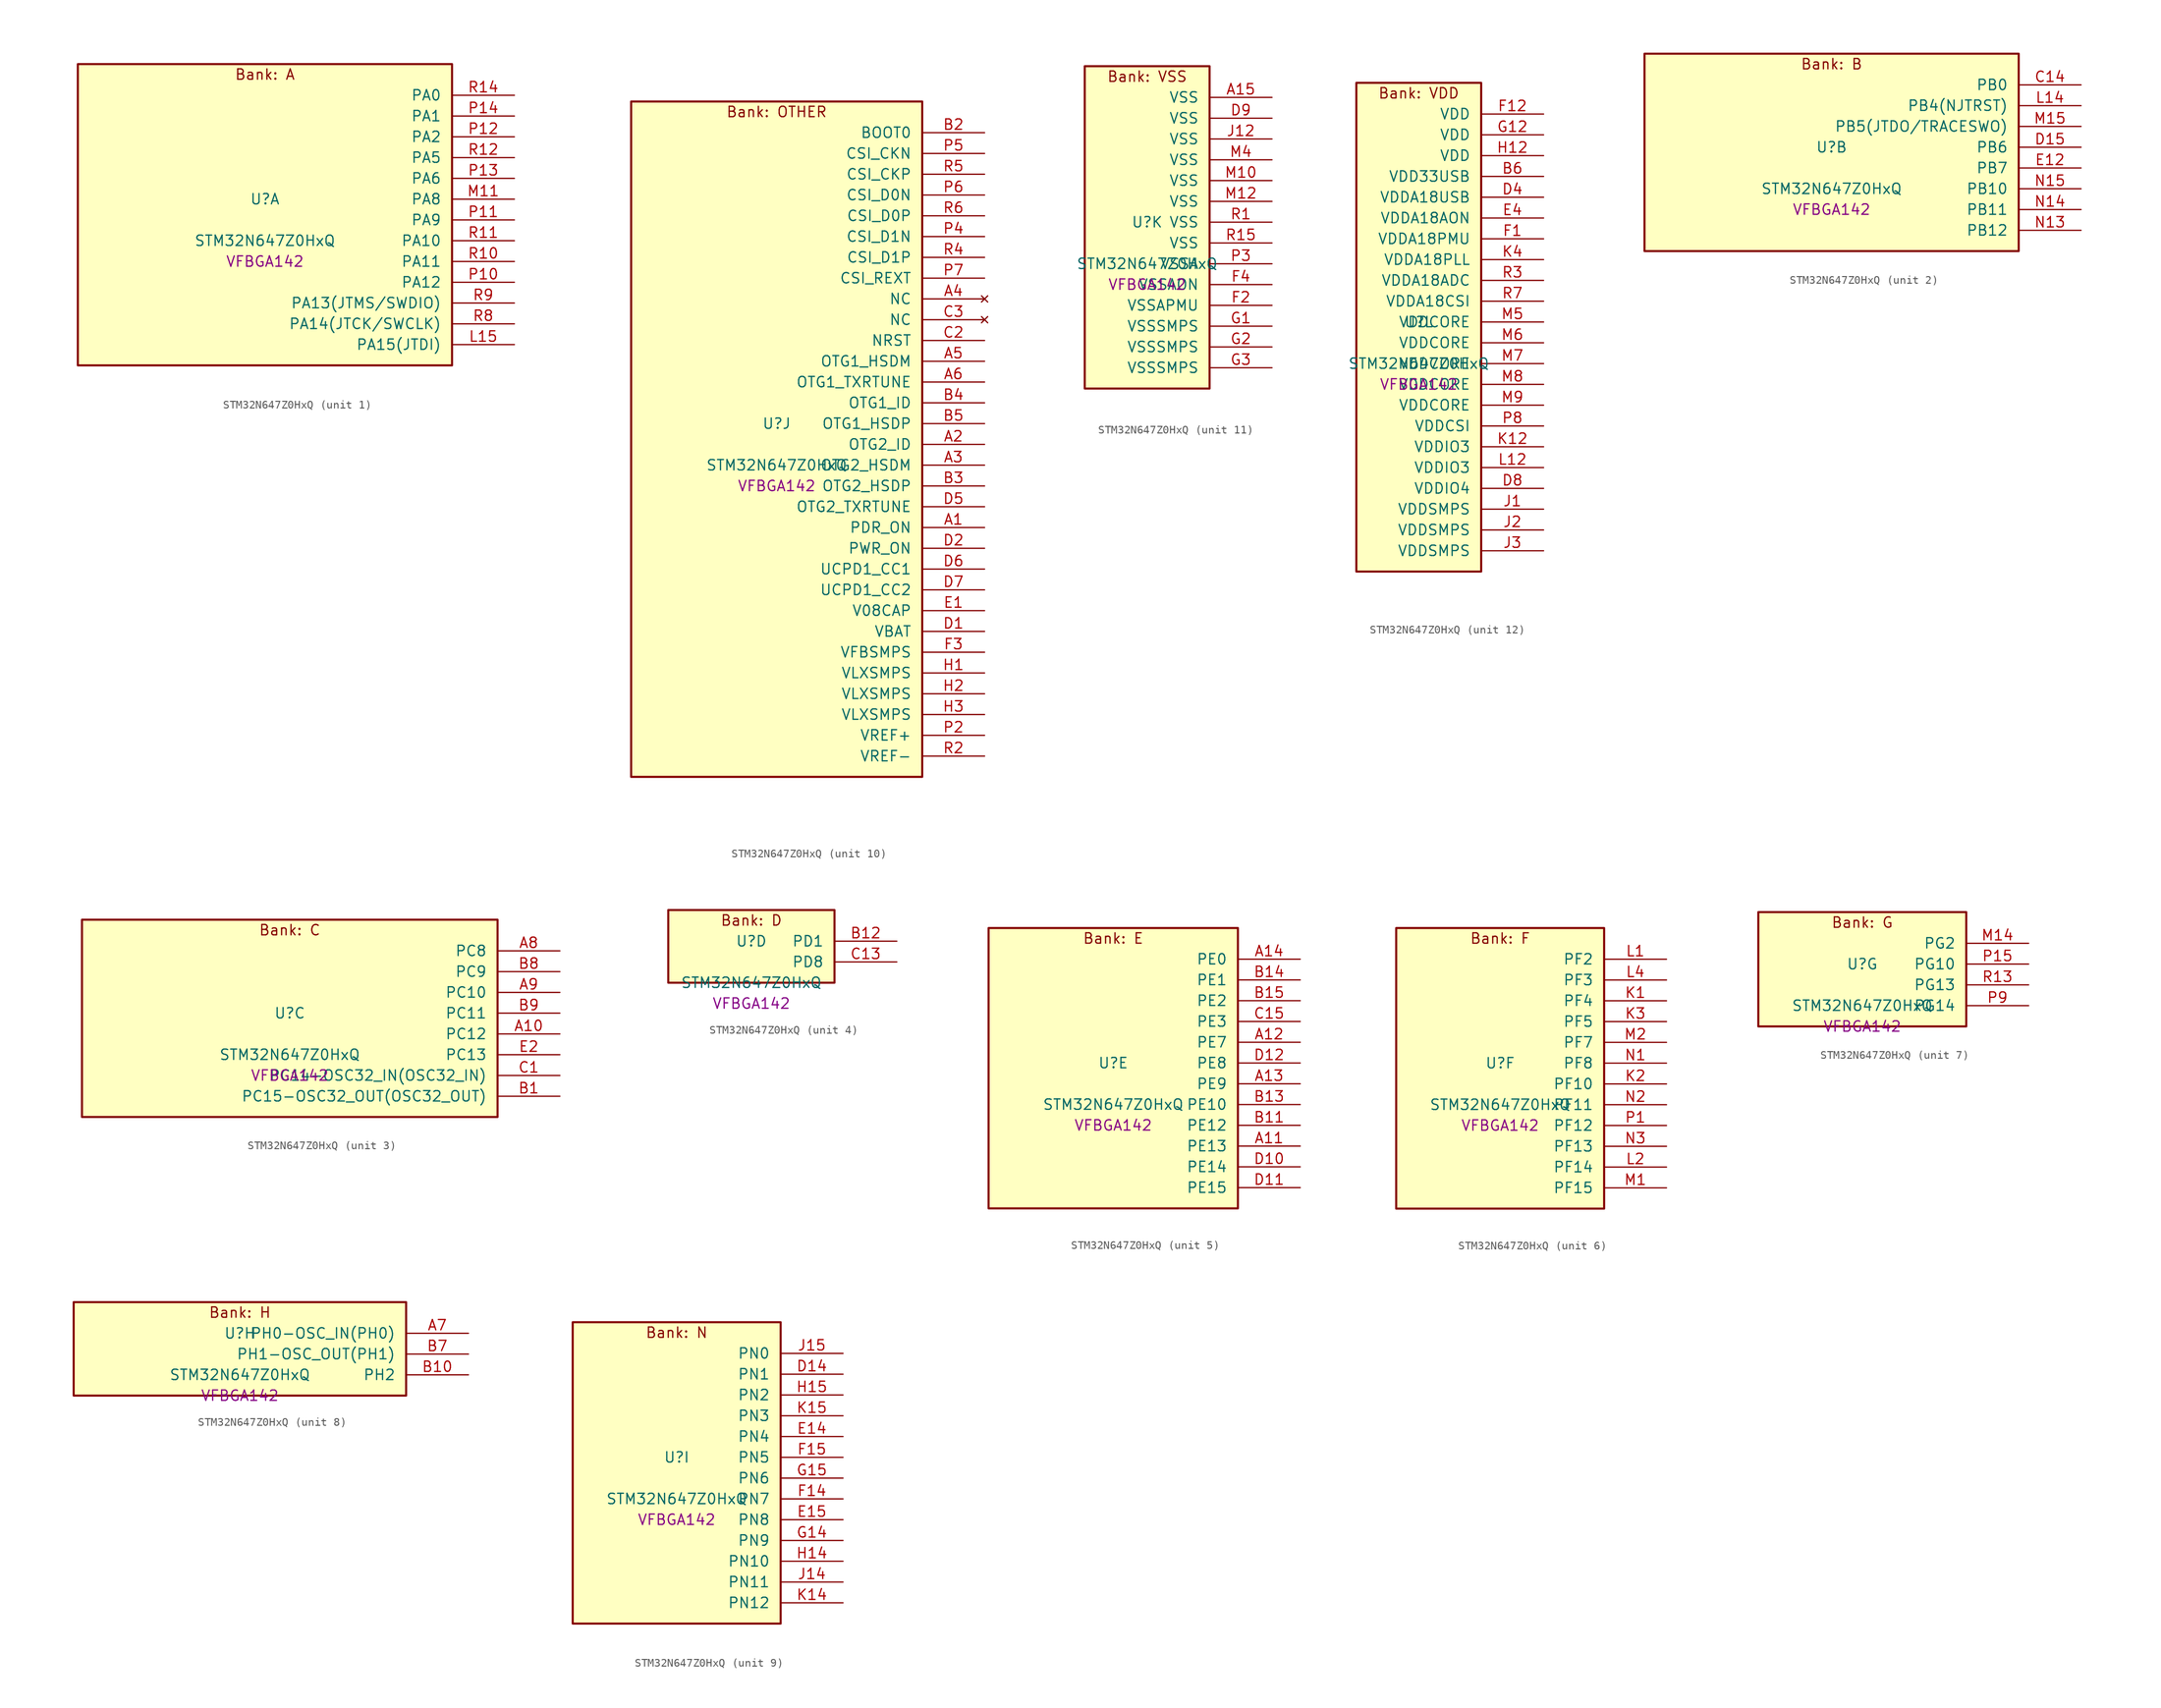
<source format=kicad_sym>
(kicad_symbol_lib
  (version 20241209)
  (generator "stm32_pkl_generator")
  (generator_version "1.0")
  (symbol "STM32N647Z0HxQ"
    (pin_names
      (offset 1.27))
    (property "Reference" "U"
      (at 0 2.54 0))
    (property "Value" "STM32N647Z0HxQ"
      (at 0 -2.54 0))
    (property "Footprint" "VFBGA142"
      (at 0 -5.08 0))
    (symbol "STM32N647Z0HxQ_1_1"
      (rectangle (start -22.86 19.05) (end 22.86 -17.78) (stroke (width 0.254) (type solid)) (fill (type background)))
      (text "Bank: A" (at 0 17.78 0))
      (pin bidirectional line (at 30.48 15.24 180) (length 7.62) (name "PA0") (number "R14") (alternate "PA0/ADC1_INN1" bidirectional line) (alternate "PA0/ADC1_INP0" bidirectional line) (alternate "PA0/ADC2_INN1" bidirectional line) (alternate "PA0/ADC2_INP0" bidirectional line) (alternate "PA0/HDP_HDP0" bidirectional line) (alternate "PA0/I2S6_WS" bidirectional line) (alternate "PA0/LTDC_G3" bidirectional line) (alternate "PA0/PWR_WKUP1" bidirectional line) (alternate "PA0/SAI2_SD_B" bidirectional line) (alternate "PA0/SPI6_NSS" bidirectional line) (alternate "PA0/TIM15_BKIN" bidirectional line) (alternate "PA0/TIM2_CH1" bidirectional line) (alternate "PA0/TIM9_CH1" bidirectional line) (alternate "PA0/UART4_TX" bidirectional line))
      (pin bidirectional line (at 30.48 12.7 180) (length 7.62) (name "PA1") (number "P14") (alternate "PA1/ADC1_INP1" bidirectional line) (alternate "PA1/ADC2_INP1" bidirectional line) (alternate "PA1/DCMIPP_D0" bidirectional line) (alternate "PA1/DCMI_D0" bidirectional line) (alternate "PA1/HDP_HDP1" bidirectional line) (alternate "PA1/LTDC_G2" bidirectional line) (alternate "PA1/PSSI_D0" bidirectional line) (alternate "PA1/SAI2_MCLK_B" bidirectional line) (alternate "PA1/TIM15_CH1N" bidirectional line) (alternate "PA1/TIM2_CH2" bidirectional line) (alternate "PA1/UART4_RX" bidirectional line))
      (pin bidirectional line (at 30.48 10.16 180) (length 7.62) (name "PA2") (number "P12") (alternate "PA2/ADC1_INP14" bidirectional line) (alternate "PA2/ADC2_INP14" bidirectional line) (alternate "PA2/HDP_HDP2" bidirectional line) (alternate "PA2/LTDC_B7" bidirectional line) (alternate "PA2/MDIOS_MDIO" bidirectional line) (alternate "PA2/PWR_WKUP2" bidirectional line) (alternate "PA2/SAI2_SCK_B" bidirectional line) (alternate "PA2/TIM15_CH1" bidirectional line) (alternate "PA2/TIM2_CH3" bidirectional line))
      (pin bidirectional line (at 30.48 7.62 180) (length 7.62) (name "PA5") (number "R12") (alternate "PA5/ADC2_INP18" bidirectional line) (alternate "PA5/DCMIPP_D8" bidirectional line) (alternate "PA5/DCMI_D8" bidirectional line) (alternate "PA5/HDP_HDP5" bidirectional line) (alternate "PA5/I2S1_CK" bidirectional line) (alternate "PA5/I2S6_CK" bidirectional line) (alternate "PA5/I3C1_SCL" bidirectional line) (alternate "PA5/LTDC_CLK" bidirectional line) (alternate "PA5/PSSI_D8" bidirectional line) (alternate "PA5/PWR_CSTOP" bidirectional line) (alternate "PA5/SPI1_SCK" bidirectional line) (alternate "PA5/SPI6_SCK" bidirectional line) (alternate "PA5/TIM10_CH1" bidirectional line) (alternate "PA5/TIM2_CH1" bidirectional line) (alternate "PA5/TIM2_ETR" bidirectional line) (alternate "PA5/TIM9_CH2" bidirectional line))
      (pin bidirectional line (at 30.48 5.08 180) (length 7.62) (name "PA6") (number "P13") (alternate "PA6/ADC1_INP3" bidirectional line) (alternate "PA6/ADC2_INP3" bidirectional line) (alternate "PA6/BOOT1" bidirectional line) (alternate "PA6/DCMIPP_PIXCLK" bidirectional line) (alternate "PA6/DCMI_PIXCLK" bidirectional line) (alternate "PA6/HDP_HDP6" bidirectional line) (alternate "PA6/I2S1_SDI" bidirectional line) (alternate "PA6/I2S6_SDI" bidirectional line) (alternate "PA6/I3C1_SDA" bidirectional line) (alternate "PA6/LTDC_B7" bidirectional line) (alternate "PA6/LTDC_HSYNC" bidirectional line) (alternate "PA6/MDIOS_MDC" bidirectional line) (alternate "PA6/PSSI_PDCK" bidirectional line) (alternate "PA6/SPI1_MISO" bidirectional line) (alternate "PA6/SPI6_MISO" bidirectional line) (alternate "PA6/TIM13_CH1" bidirectional line) (alternate "PA6/TIM3_CH1" bidirectional line))
      (pin bidirectional line (at 30.48 2.54 180) (length 7.62) (name "PA8") (number "M11") (alternate "PA8/ADC1_INP5" bidirectional line) (alternate "PA8/ADC2_INP5" bidirectional line) (alternate "PA8/HDP_HDP0" bidirectional line) (alternate "PA8/I2C3_SCL" bidirectional line) (alternate "PA8/I3C2_SCL" bidirectional line) (alternate "PA8/LTDC_B6" bidirectional line) (alternate "PA8/RCC_MCO_1" bidirectional line) (alternate "PA8/TIM11_CH1" bidirectional line) (alternate "PA8/UART7_RX" bidirectional line) (alternate "PA8/USART1_CK" bidirectional line))
      (pin bidirectional line (at 30.48 0 180) (length 7.62) (name "PA9") (number "P11") (alternate "PA9/ADC1_INP10" bidirectional line) (alternate "PA9/ADC2_INP10" bidirectional line) (alternate "PA9/DCMIPP_D0" bidirectional line) (alternate "PA9/DCMI_D0" bidirectional line) (alternate "PA9/HDP_HDP1" bidirectional line) (alternate "PA9/I2C3_SDA" bidirectional line) (alternate "PA9/I3C2_SDA" bidirectional line) (alternate "PA9/LPUART1_TX" bidirectional line) (alternate "PA9/LTDC_B5" bidirectional line) (alternate "PA9/PSSI_D0" bidirectional line) (alternate "PA9/USART1_TX" bidirectional line))
      (pin bidirectional line (at 30.48 -2.54 180) (length 7.62) (name "PA10") (number "R11") (alternate "PA10/ADC1_INN10" bidirectional line) (alternate "PA10/ADC1_INP11" bidirectional line) (alternate "PA10/ADC2_INN10" bidirectional line) (alternate "PA10/ADC2_INP11" bidirectional line) (alternate "PA10/DCMIPP_D1" bidirectional line) (alternate "PA10/DCMI_D1" bidirectional line) (alternate "PA10/HDP_HDP2" bidirectional line) (alternate "PA10/LPUART1_RX" bidirectional line) (alternate "PA10/LTDC_B4" bidirectional line) (alternate "PA10/MDIOS_MDIO" bidirectional line) (alternate "PA10/PSSI_D1" bidirectional line) (alternate "PA10/PWR_CSLEEP" bidirectional line) (alternate "PA10/USART1_RX" bidirectional line))
      (pin bidirectional line (at 30.48 -5.08 180) (length 7.62) (name "PA11") (number "R10") (alternate "PA11/ADC1_EXTI11" bidirectional line) (alternate "PA11/ADC1_INN11" bidirectional line) (alternate "PA11/ADC1_INP12" bidirectional line) (alternate "PA11/ADC2_EXTI11" bidirectional line) (alternate "PA11/ADC2_INN11" bidirectional line) (alternate "PA11/ADC2_INP12" bidirectional line) (alternate "PA11/FDCAN1_RX" bidirectional line) (alternate "PA11/HDP_HDP3" bidirectional line) (alternate "PA11/LPUART1_CTS" bidirectional line) (alternate "PA11/LTDC_B3" bidirectional line) (alternate "PA11/UART4_RX" bidirectional line) (alternate "PA11/USART1_CTS" bidirectional line) (alternate "PA11/USART1_NSS" bidirectional line))
      (pin bidirectional line (at 30.48 -7.62 180) (length 7.62) (name "PA12") (number "P10") (alternate "PA12/ADC1_INN12" bidirectional line) (alternate "PA12/ADC1_INP13" bidirectional line) (alternate "PA12/ADC2_INN12" bidirectional line) (alternate "PA12/ADC2_INP13" bidirectional line) (alternate "PA12/FDCAN1_TX" bidirectional line) (alternate "PA12/HDP_HDP4" bidirectional line) (alternate "PA12/LPUART1_RTS" bidirectional line) (alternate "PA12/LTDC_B2" bidirectional line) (alternate "PA12/SAI2_FS_B" bidirectional line) (alternate "PA12/UART4_TX" bidirectional line) (alternate "PA12/USART1_RTS" bidirectional line))
      (pin bidirectional line (at 30.48 -10.16 180) (length 7.62) (name "PA13(JTMS/SWDIO)") (number "R9") (alternate "PA13(JTMS/SWDIO)/DEBUG_JTMS-SWDIO" bidirectional line) (alternate "PA13(JTMS/SWDIO)/HDP_HDP5" bidirectional line))
      (pin bidirectional line (at 30.48 -12.7 180) (length 7.62) (name "PA14(JTCK/SWCLK)") (number "R8") (alternate "PA14(JTCK/SWCLK)/DEBUG_JTCK-SWCLK" bidirectional line) (alternate "PA14(JTCK/SWCLK)/HDP_HDP6" bidirectional line))
      (pin bidirectional line (at 30.48 -15.24 180) (length 7.62) (name "PA15(JTDI)") (number "L15") (alternate "PA15(JTDI)/ADC1_EXTI15" bidirectional line) (alternate "PA15(JTDI)/ADC2_EXTI15" bidirectional line) (alternate "PA15(JTDI)/DEBUG_JTDI" bidirectional line) (alternate "PA15(JTDI)/HDP_HDP7" bidirectional line) (alternate "PA15(JTDI)/I2S1_WS" bidirectional line) (alternate "PA15(JTDI)/I2S3_WS" bidirectional line) (alternate "PA15(JTDI)/I2S6_WS" bidirectional line) (alternate "PA15(JTDI)/LTDC_R5" bidirectional line) (alternate "PA15(JTDI)/SPI1_NSS" bidirectional line) (alternate "PA15(JTDI)/SPI3_NSS" bidirectional line) (alternate "PA15(JTDI)/SPI6_NSS" bidirectional line) (alternate "PA15(JTDI)/TIM2_CH1" bidirectional line) (alternate "PA15(JTDI)/TIM2_ETR" bidirectional line) (alternate "PA15(JTDI)/UART4_DE" bidirectional line) (alternate "PA15(JTDI)/UART4_RTS" bidirectional line) (alternate "PA15(JTDI)/UART7_TX" bidirectional line)))
    (symbol "STM32N647Z0HxQ_2_1"
      (rectangle (start -22.86 13.97) (end 22.86 -10.16) (stroke (width 0.254) (type solid)) (fill (type background)))
      (text "Bank: B" (at 0 12.7 0))
      (pin bidirectional line (at 30.48 10.16 180) (length 7.62) (name "PB0") (number "C14") (alternate "PB0/ADF1_SDI0" bidirectional line) (alternate "PB0/DCMIPP_D4" bidirectional line) (alternate "PB0/DCMI_D4" bidirectional line) (alternate "PB0/DEBUG_TRACED1" bidirectional line) (alternate "PB0/MDF1_SDI2" bidirectional line) (alternate "PB0/PSSI_D4" bidirectional line) (alternate "PB0/SAI1_D2" bidirectional line) (alternate "PB0/SAI1_FS_A" bidirectional line) (alternate "PB0/SPI4_NSS" bidirectional line) (alternate "PB0/TIM15_CH1N" bidirectional line))
      (pin bidirectional line (at 30.48 7.62 180) (length 7.62) (name "PB4(NJTRST)") (number "L14") (alternate "PB4(NJTRST)/DCMIPP_VSYNC" bidirectional line) (alternate "PB4(NJTRST)/DCMI_VSYNC" bidirectional line) (alternate "PB4(NJTRST)/DEBUG_NJTRST" bidirectional line) (alternate "PB4(NJTRST)/HDP_HDP4" bidirectional line) (alternate "PB4(NJTRST)/I2S1_SDI" bidirectional line) (alternate "PB4(NJTRST)/I2S3_SDI" bidirectional line) (alternate "PB4(NJTRST)/I2S6_SDI" bidirectional line) (alternate "PB4(NJTRST)/LTDC_R3" bidirectional line) (alternate "PB4(NJTRST)/PSSI_RDY" bidirectional line) (alternate "PB4(NJTRST)/SPI1_MISO" bidirectional line) (alternate "PB4(NJTRST)/SPI3_MISO" bidirectional line) (alternate "PB4(NJTRST)/SPI6_MISO" bidirectional line) (alternate "PB4(NJTRST)/TIM3_CH1" bidirectional line) (alternate "PB4(NJTRST)/UART7_TX" bidirectional line))
      (pin bidirectional line (at 30.48 5.08 180) (length 7.62) (name "PB5(JTDO/TRACESWO)") (number "M15") (alternate "PB5(JTDO/TRACESWO)/DCMIPP_D10" bidirectional line) (alternate "PB5(JTDO/TRACESWO)/DCMI_D10" bidirectional line) (alternate "PB5(JTDO/TRACESWO)/DEBUG_JTDO-SWO" bidirectional line) (alternate "PB5(JTDO/TRACESWO)/FDCAN2_RX" bidirectional line) (alternate "PB5(JTDO/TRACESWO)/HDP_HDP5" bidirectional line) (alternate "PB5(JTDO/TRACESWO)/I2S1_SDO" bidirectional line) (alternate "PB5(JTDO/TRACESWO)/I2S3_SDO" bidirectional line) (alternate "PB5(JTDO/TRACESWO)/I2S6_SDO" bidirectional line) (alternate "PB5(JTDO/TRACESWO)/LTDC_R2" bidirectional line) (alternate "PB5(JTDO/TRACESWO)/PSSI_D10" bidirectional line) (alternate "PB5(JTDO/TRACESWO)/SPI1_MOSI" bidirectional line) (alternate "PB5(JTDO/TRACESWO)/SPI3_MOSI" bidirectional line) (alternate "PB5(JTDO/TRACESWO)/SPI6_MOSI" bidirectional line) (alternate "PB5(JTDO/TRACESWO)/TIM3_CH2" bidirectional line) (alternate "PB5(JTDO/TRACESWO)/UART5_RX" bidirectional line))
      (pin bidirectional line (at 30.48 2.54 180) (length 7.62) (name "PB6") (number "D15") (alternate "PB6/ADF1_CCK1" bidirectional line) (alternate "PB6/DCMIPP_D6" bidirectional line) (alternate "PB6/DCMI_D6" bidirectional line) (alternate "PB6/DEBUG_TRACED2" bidirectional line) (alternate "PB6/MDF1_CCK1" bidirectional line) (alternate "PB6/PSSI_D6" bidirectional line) (alternate "PB6/SAI1_CK2" bidirectional line) (alternate "PB6/SAI1_SCK_A" bidirectional line) (alternate "PB6/SPI4_MISO" bidirectional line) (alternate "PB6/TIM15_CH1" bidirectional line))
      (pin bidirectional line (at 30.48 0 180) (length 7.62) (name "PB7") (number "E12") (alternate "PB7/ADF1_SDI0" bidirectional line) (alternate "PB7/DCMIPP_D7" bidirectional line) (alternate "PB7/DCMI_D7" bidirectional line) (alternate "PB7/DEBUG_TRACED3" bidirectional line) (alternate "PB7/MDF1_SDI1" bidirectional line) (alternate "PB7/PSSI_D7" bidirectional line) (alternate "PB7/SAI1_D1" bidirectional line) (alternate "PB7/SAI1_SD_A" bidirectional line) (alternate "PB7/SAI2_MCLK_B" bidirectional line) (alternate "PB7/SPI4_MOSI" bidirectional line) (alternate "PB7/TIM15_CH2" bidirectional line))
      (pin bidirectional line (at 30.48 -2.54 180) (length 7.62) (name "PB10") (number "N15") (alternate "PB10/ADC1_INN4" bidirectional line) (alternate "PB10/ADC1_INP8" bidirectional line) (alternate "PB10/ADC2_INN4" bidirectional line) (alternate "PB10/ADC2_INP8" bidirectional line) (alternate "PB10/HDP_HDP2" bidirectional line) (alternate "PB10/I2C2_SCL" bidirectional line) (alternate "PB10/I3C2_SCL" bidirectional line) (alternate "PB10/LPTIM2_IN1" bidirectional line) (alternate "PB10/LTDC_G7" bidirectional line) (alternate "PB10/TIM2_CH3" bidirectional line) (alternate "PB10/USART3_TX" bidirectional line))
      (pin bidirectional line (at 30.48 -5.08 180) (length 7.62) (name "PB11") (number "N14") (alternate "PB11/ADC1_EXTI11" bidirectional line) (alternate "PB11/ADC1_INP4" bidirectional line) (alternate "PB11/ADC2_EXTI11" bidirectional line) (alternate "PB11/ADC2_INP4" bidirectional line) (alternate "PB11/HDP_HDP3" bidirectional line) (alternate "PB11/I2C2_SDA" bidirectional line) (alternate "PB11/I3C2_SDA" bidirectional line) (alternate "PB11/LPTIM2_ETR" bidirectional line) (alternate "PB11/LTDC_G6" bidirectional line) (alternate "PB11/TIM2_CH4" bidirectional line) (alternate "PB11/USART3_RX" bidirectional line))
      (pin bidirectional line (at 30.48 -7.62 180) (length 7.62) (name "PB12") (number "N13") (alternate "PB12/FDCAN2_RX" bidirectional line) (alternate "PB12/HDP_HDP4" bidirectional line) (alternate "PB12/I2C2_SMBA" bidirectional line) (alternate "PB12/LPTIM2_IN2" bidirectional line) (alternate "PB12/LTDC_G5" bidirectional line) (alternate "PB12/UART5_RX" bidirectional line) (alternate "PB12/USART3_CK" bidirectional line)))
    (symbol "STM32N647Z0HxQ_3_1"
      (rectangle (start -25.4 13.97) (end 25.4 -10.16) (stroke (width 0.254) (type solid)) (fill (type background)))
      (text "Bank: C" (at 0 12.7 0))
      (pin bidirectional line (at 33.02 10.16 180) (length 7.62) (name "PC8") (number "A8") (alternate "PC8/DCMIPP_D2" bidirectional line) (alternate "PC8/DCMI_D2" bidirectional line) (alternate "PC8/DEBUG_TRACED1" bidirectional line) (alternate "PC8/HDP_HDP0" bidirectional line) (alternate "PC8/I2C3_SMBA" bidirectional line) (alternate "PC8/LTDC_B0" bidirectional line) (alternate "PC8/PSSI_D2" bidirectional line) (alternate "PC8/TIM3_CH3" bidirectional line) (alternate "PC8/UART5_DE" bidirectional line) (alternate "PC8/UART5_RTS" bidirectional line) (alternate "PC8/UCPD1_FRSTX1" bidirectional line))
      (pin bidirectional line (at 33.02 7.62 180) (length 7.62) (name "PC9") (number "B8") (alternate "PC9/AUDIOCLK" bidirectional line) (alternate "PC9/DCMIPP_D3" bidirectional line) (alternate "PC9/DCMI_D3" bidirectional line) (alternate "PC9/HDP_HDP1" bidirectional line) (alternate "PC9/I2C3_SDA" bidirectional line) (alternate "PC9/LTDC_B3" bidirectional line) (alternate "PC9/PSSI_D3" bidirectional line) (alternate "PC9/RCC_MCO_2" bidirectional line) (alternate "PC9/TIM3_CH4" bidirectional line) (alternate "PC9/UART5_CTS" bidirectional line) (alternate "PC9/UCPD1_FRSTX2" bidirectional line))
      (pin bidirectional line (at 33.02 5.08 180) (length 7.62) (name "PC10") (number "A9") (alternate "PC10/DCMIPP_D14" bidirectional line) (alternate "PC10/HDP_HDP2" bidirectional line) (alternate "PC10/I2C4_SCL" bidirectional line) (alternate "PC10/I2S3_CK" bidirectional line) (alternate "PC10/I3C2_SCL" bidirectional line) (alternate "PC10/PSSI_D14" bidirectional line) (alternate "PC10/SPI3_SCK" bidirectional line) (alternate "PC10/UART4_TX" bidirectional line) (alternate "PC10/USART3_TX" bidirectional line))
      (pin bidirectional line (at 33.02 2.54 180) (length 7.62) (name "PC11") (number "B9") (alternate "PC11/ADC1_EXTI11" bidirectional line) (alternate "PC11/ADC2_EXTI11" bidirectional line) (alternate "PC11/DCMIPP_D4" bidirectional line) (alternate "PC11/DCMI_D4" bidirectional line) (alternate "PC11/HDP_HDP3" bidirectional line) (alternate "PC11/I2C4_SDA" bidirectional line) (alternate "PC11/I2S3_SDI" bidirectional line) (alternate "PC11/I3C2_SDA" bidirectional line) (alternate "PC11/PSSI_D4" bidirectional line) (alternate "PC11/SPI3_MISO" bidirectional line) (alternate "PC11/UART4_RX" bidirectional line) (alternate "PC11/USART3_RX" bidirectional line))
      (pin bidirectional line (at 33.02 0 180) (length 7.62) (name "PC12") (number "A10") (alternate "PC12/DCMIPP_D9" bidirectional line) (alternate "PC12/DCMI_D9" bidirectional line) (alternate "PC12/DEBUG_TRACED3" bidirectional line) (alternate "PC12/HDP_HDP4" bidirectional line) (alternate "PC12/I2S3_SDO" bidirectional line) (alternate "PC12/I2S6_CK" bidirectional line) (alternate "PC12/PSSI_D9" bidirectional line) (alternate "PC12/SPI3_MOSI" bidirectional line) (alternate "PC12/SPI6_SCK" bidirectional line) (alternate "PC12/TIM15_CH1" bidirectional line) (alternate "PC12/UART5_TX" bidirectional line) (alternate "PC12/USART3_CK" bidirectional line))
      (pin bidirectional line (at 33.02 -2.54 180) (length 7.62) (name "PC13") (number "E2") (alternate "PC13/HDP_HDP5" bidirectional line) (alternate "PC13/PWR_WKUP3" bidirectional line) (alternate "PC13/RTC_OUT1" bidirectional line) (alternate "PC13/RTC_TS" bidirectional line) (alternate "PC13/TAMP_IN1" bidirectional line) (alternate "PC13/TAMP_OUT2" bidirectional line))
      (pin bidirectional line (at 33.02 -5.08 180) (length 7.62) (name "PC14-OSC32_IN(OSC32_IN)") (number "C1") (alternate "PC14-OSC32_IN(OSC32_IN)/RCC_OSC32_IN" bidirectional line))
      (pin bidirectional line (at 33.02 -7.62 180) (length 7.62) (name "PC15-OSC32_OUT(OSC32_OUT)") (number "B1") (alternate "PC15-OSC32_OUT(OSC32_OUT)/ADC1_EXTI15" bidirectional line) (alternate "PC15-OSC32_OUT(OSC32_OUT)/ADC2_EXTI15" bidirectional line) (alternate "PC15-OSC32_OUT(OSC32_OUT)/RCC_OSC32_OUT" bidirectional line)))
    (symbol "STM32N647Z0HxQ_4_1"
      (rectangle (start -10.16 6.35) (end 10.16 -2.54) (stroke (width 0.254) (type solid)) (fill (type background)))
      (text "Bank: D" (at 0 5.08 0))
      (pin bidirectional line (at 17.78 2.54 180) (length 7.62) (name "PD1") (number "B12") (alternate "PD1/FDCAN1_TX" bidirectional line) (alternate "PD1/UART4_TX" bidirectional line))
      (pin bidirectional line (at 17.78 0 180) (length 7.62) (name "PD8") (number "C13") (alternate "PD8/DCMIPP_D11" bidirectional line) (alternate "PD8/DCMI_D11" bidirectional line) (alternate "PD8/LTDC_R7" bidirectional line) (alternate "PD8/PSSI_D11" bidirectional line) (alternate "PD8/TAMP_IN3" bidirectional line) (alternate "PD8/TAMP_OUT4" bidirectional line) (alternate "PD8/USART3_TX" bidirectional line)))
    (symbol "STM32N647Z0HxQ_5_1"
      (rectangle (start -15.24 19.05) (end 15.24 -15.24) (stroke (width 0.254) (type solid)) (fill (type background)))
      (text "Bank: E" (at 0 17.78 0))
      (pin bidirectional line (at 22.86 15.24 180) (length 7.62) (name "PE0") (number "A14") (alternate "PE0/DCMIPP_D2" bidirectional line) (alternate "PE0/DCMI_D2" bidirectional line) (alternate "PE0/LPTIM2_ETR" bidirectional line) (alternate "PE0/PSSI_D2" bidirectional line) (alternate "PE0/SAI2_MCLK_A" bidirectional line) (alternate "PE0/TAMP_IN6" bidirectional line) (alternate "PE0/TAMP_OUT5" bidirectional line) (alternate "PE0/USART3_RX" bidirectional line))
      (pin bidirectional line (at 22.86 12.7 180) (length 7.62) (name "PE1") (number "B14") (alternate "PE1/DCMIPP_D8" bidirectional line) (alternate "PE1/DCMI_D8" bidirectional line) (alternate "PE1/LPTIM2_CH2" bidirectional line) (alternate "PE1/PSSI_D8" bidirectional line) (alternate "PE1/USART3_TX" bidirectional line))
      (pin bidirectional line (at 22.86 10.16 180) (length 7.62) (name "PE2") (number "B15") (alternate "PE2/ADF1_CCK0" bidirectional line) (alternate "PE2/DEBUG_TRACECLK" bidirectional line) (alternate "PE2/MDF1_CCK0" bidirectional line) (alternate "PE2/SAI1_CK1" bidirectional line) (alternate "PE2/SAI1_MCLK_A" bidirectional line) (alternate "PE2/SPI4_SCK" bidirectional line) (alternate "PE2/UCPD1_FRSTX1" bidirectional line))
      (pin bidirectional line (at 22.86 7.62 180) (length 7.62) (name "PE3") (number "C15") (alternate "PE3/DEBUG_TRACED0" bidirectional line) (alternate "PE3/MDF1_CKI2" bidirectional line) (alternate "PE3/SAI1_SD_B" bidirectional line) (alternate "PE3/TIM15_BKIN" bidirectional line))
      (pin bidirectional line (at 22.86 5.08 180) (length 7.62) (name "PE7") (number "A12") (alternate "PE7/MDF1_CKI0" bidirectional line) (alternate "PE7/SAI2_SD_B" bidirectional line) (alternate "PE7/UART7_RX" bidirectional line))
      (pin bidirectional line (at 22.86 2.54 180) (length 7.62) (name "PE8") (number "D12") (alternate "PE8/DCMIPP_D4" bidirectional line) (alternate "PE8/DCMI_D4" bidirectional line) (alternate "PE8/MDF1_SDI0" bidirectional line) (alternate "PE8/PSSI_D4" bidirectional line) (alternate "PE8/UART7_TX" bidirectional line) (alternate "PE8/USART3_TX" bidirectional line))
      (pin bidirectional line (at 22.86 0 180) (length 7.62) (name "PE9") (number "A13") (alternate "PE9/MDF1_CKI4" bidirectional line) (alternate "PE9/UART7_RTS" bidirectional line))
      (pin bidirectional line (at 22.86 -2.54 180) (length 7.62) (name "PE10") (number "B13") (alternate "PE10/DCMIPP_D3" bidirectional line) (alternate "PE10/DCMI_D3" bidirectional line) (alternate "PE10/DEBUG_TRACECLK" bidirectional line) (alternate "PE10/MDF1_SDI4" bidirectional line) (alternate "PE10/PSSI_D3" bidirectional line) (alternate "PE10/UART7_CTS" bidirectional line) (alternate "PE10/USART3_RX" bidirectional line))
      (pin bidirectional line (at 22.86 -5.08 180) (length 7.62) (name "PE12") (number "B11") (alternate "PE12/FDCAN3_RX" bidirectional line) (alternate "PE12/MDF1_SDI5" bidirectional line) (alternate "PE12/SAI2_SCK_B" bidirectional line) (alternate "PE12/SPI4_SCK" bidirectional line))
      (pin bidirectional line (at 22.86 -7.62 180) (length 7.62) (name "PE13") (number "A11") (alternate "PE13/ADF1_CCK0" bidirectional line) (alternate "PE13/I2C4_SCL" bidirectional line) (alternate "PE13/SAI2_FS_B" bidirectional line) (alternate "PE13/SPI4_MISO" bidirectional line))
      (pin bidirectional line (at 22.86 -10.16 180) (length 7.62) (name "PE14") (number "D10") (alternate "PE14/ADF1_CCK1" bidirectional line) (alternate "PE14/GFXTIM_FCKCAL" bidirectional line) (alternate "PE14/GFXTIM_LCKCAL" bidirectional line) (alternate "PE14/I2C4_SDA" bidirectional line) (alternate "PE14/SAI2_MCLK_B" bidirectional line) (alternate "PE14/SPI4_MOSI" bidirectional line))
      (pin bidirectional line (at 22.86 -12.7 180) (length 7.62) (name "PE15") (number "D11") (alternate "PE15/ADC1_EXTI15" bidirectional line) (alternate "PE15/ADC2_EXTI15" bidirectional line) (alternate "PE15/GFXTIM_FCKCAL" bidirectional line) (alternate "PE15/GFXTIM_LCKCAL" bidirectional line) (alternate "PE15/I2C4_SMBA" bidirectional line) (alternate "PE15/SPI5_SCK" bidirectional line)))
    (symbol "STM32N647Z0HxQ_6_1"
      (rectangle (start -12.7 19.05) (end 12.7 -15.24) (stroke (width 0.254) (type solid)) (fill (type background)))
      (text "Bank: F" (at 0 17.78 0))
      (pin bidirectional line (at 20.32 15.24 180) (length 7.62) (name "PF2") (number "L1") (alternate "PF2/FDCAN3_TX" bidirectional line) (alternate "PF2/LTDC_B1" bidirectional line))
      (pin bidirectional line (at 20.32 12.7 180) (length 7.62) (name "PF3") (number "L4") (alternate "PF3/ADC1_INP16" bidirectional line) (alternate "PF3/DCMIPP_HSYNC" bidirectional line) (alternate "PF3/DCMI_HSYNC" bidirectional line) (alternate "PF3/FDCAN3_RX" bidirectional line) (alternate "PF3/LTDC_R4" bidirectional line) (alternate "PF3/PSSI_DE" bidirectional line))
      (pin bidirectional line (at 20.32 10.16 180) (length 7.62) (name "PF4") (number "K1") (alternate "PF4/ADC1_INP18" bidirectional line) (alternate "PF4/DCMIPP_HSYNC" bidirectional line) (alternate "PF4/DCMI_HSYNC" bidirectional line) (alternate "PF4/HDP_HDP4" bidirectional line) (alternate "PF4/I2S1_WS" bidirectional line) (alternate "PF4/I2S3_WS" bidirectional line) (alternate "PF4/I2S6_WS" bidirectional line) (alternate "PF4/LTDC_R3" bidirectional line) (alternate "PF4/PSSI_DE" bidirectional line) (alternate "PF4/SPI1_NSS" bidirectional line) (alternate "PF4/SPI3_NSS" bidirectional line) (alternate "PF4/SPI6_NSS" bidirectional line))
      (pin bidirectional line (at 20.32 7.62 180) (length 7.62) (name "PF5") (number "K3") (alternate "PF5/DCMIPP_D6" bidirectional line) (alternate "PF5/DCMI_D6" bidirectional line) (alternate "PF5/LPTIM2_IN2" bidirectional line) (alternate "PF5/LTDC_G0" bidirectional line) (alternate "PF5/PSSI_D6" bidirectional line) (alternate "PF5/SAI2_SD_A" bidirectional line) (alternate "PF5/USART3_CTS" bidirectional line) (alternate "PF5/USART3_NSS" bidirectional line))
      (pin bidirectional line (at 20.32 5.08 180) (length 7.62) (name "PF7") (number "M2") (alternate "PF7/ADC1_INN5" bidirectional line) (alternate "PF7/ADC1_INP9" bidirectional line) (alternate "PF7/ADC2_INN5" bidirectional line) (alternate "PF7/ADC2_INP9" bidirectional line) (alternate "PF7/GFXTIM_TE" bidirectional line) (alternate "PF7/HDP_HDP0" bidirectional line) (alternate "PF7/I2S1_CK" bidirectional line) (alternate "PF7/LTDC_VSYNC" bidirectional line) (alternate "PF7/SPI1_SCK" bidirectional line) (alternate "PF7/TIM3_CH3" bidirectional line) (alternate "PF7/TIM9_CH1" bidirectional line) (alternate "PF7/UART4_CTS" bidirectional line))
      (pin bidirectional line (at 20.32 2.54 180) (length 7.62) (name "PF8") (number "N1") (alternate "PF8/DEBUG_TRACECLK" bidirectional line) (alternate "PF8/LTDC_R6" bidirectional line))
      (pin bidirectional line (at 20.32 0 180) (length 7.62) (name "PF10") (number "K2") (alternate "PF10/DCMIPP_D11" bidirectional line) (alternate "PF10/DCMIPP_D15" bidirectional line) (alternate "PF10/DCMI_D11" bidirectional line) (alternate "PF10/LTDC_R1" bidirectional line) (alternate "PF10/MDF1_SDI3" bidirectional line) (alternate "PF10/PSSI_D11" bidirectional line) (alternate "PF10/PSSI_D15" bidirectional line) (alternate "PF10/SAI1_D3" bidirectional line) (alternate "PF10/UART7_RX" bidirectional line) (alternate "PF10/UCPD1_FRSTX1" bidirectional line))
      (pin bidirectional line (at 20.32 -2.54 180) (length 7.62) (name "PF11") (number "N2") (alternate "PF11/ADC1_EXTI11" bidirectional line) (alternate "PF11/ADC1_INP2" bidirectional line) (alternate "PF11/ADC2_EXTI11" bidirectional line) (alternate "PF11/DCMIPP_D15" bidirectional line) (alternate "PF11/LTDC_B0" bidirectional line) (alternate "PF11/PSSI_D15" bidirectional line) (alternate "PF11/SAI2_SD_B" bidirectional line) (alternate "PF11/SPI5_MOSI" bidirectional line))
      (pin bidirectional line (at 20.32 -5.08 180) (length 7.62) (name "PF12") (number "P1") (alternate "PF12/ADC1_INN2" bidirectional line) (alternate "PF12/ADC1_INP6" bidirectional line) (alternate "PF12/DCMIPP_D13" bidirectional line) (alternate "PF12/DCMI_D13" bidirectional line) (alternate "PF12/PSSI_D13" bidirectional line) (alternate "PF12/SPI5_MISO" bidirectional line) (alternate "PF12/USART1_RX" bidirectional line))
      (pin bidirectional line (at 20.32 -7.62 180) (length 7.62) (name "PF13") (number "N3") (alternate "PF13/ADC2_INP2" bidirectional line) (alternate "PF13/DCMIPP_D10" bidirectional line) (alternate "PF13/DCMI_D10" bidirectional line) (alternate "PF13/PSSI_D10" bidirectional line) (alternate "PF13/SPI5_NSS" bidirectional line) (alternate "PF13/USART1_TX" bidirectional line))
      (pin bidirectional line (at 20.32 -10.16 180) (length 7.62) (name "PF14") (number "L2") (alternate "PF14/ADC2_INN2" bidirectional line) (alternate "PF14/ADC2_INP6" bidirectional line) (alternate "PF14/LTDC_G0" bidirectional line) (alternate "PF14/SPI5_MOSI" bidirectional line) (alternate "PF14/TIM2_CH2" bidirectional line) (alternate "PF14/USART1_CTS" bidirectional line))
      (pin bidirectional line (at 20.32 -12.7 180) (length 7.62) (name "PF15") (number "M1") (alternate "PF15/ADC1_EXTI15" bidirectional line) (alternate "PF15/ADC2_EXTI15" bidirectional line) (alternate "PF15/LTDC_G1" bidirectional line) (alternate "PF15/SPI5_SCK" bidirectional line) (alternate "PF15/USART1_RTS" bidirectional line)))
    (symbol "STM32N647Z0HxQ_7_1"
      (rectangle (start -12.7 8.89) (end 12.7 -5.08) (stroke (width 0.254) (type solid)) (fill (type background)))
      (text "Bank: G" (at 0 7.62 0))
      (pin bidirectional line (at 20.32 5.08 180) (length 7.62) (name "PG2") (number "M14") (alternate "PG2/DCMIPP_D6" bidirectional line) (alternate "PG2/DCMI_D6" bidirectional line) (alternate "PG2/LTDC_R0" bidirectional line) (alternate "PG2/PSSI_D6" bidirectional line) (alternate "PG2/SAI1_FS_B" bidirectional line) (alternate "PG2/SAI2_MCLK_B" bidirectional line) (alternate "PG2/SPI5_MOSI" bidirectional line) (alternate "PG2/TIM14_CH1" bidirectional line) (alternate "PG2/UART7_CTS" bidirectional line) (alternate "PG2/USART3_RTS" bidirectional line))
      (pin bidirectional line (at 20.32 2.54 180) (length 7.62) (name "PG10") (number "P15") (alternate "PG10/DCMIPP_D2" bidirectional line) (alternate "PG10/DCMI_D2" bidirectional line) (alternate "PG10/FDCAN2_TX" bidirectional line) (alternate "PG10/HDP_HDP5" bidirectional line) (alternate "PG10/LPTIM2_CH1" bidirectional line) (alternate "PG10/LTDC_G4" bidirectional line) (alternate "PG10/PSSI_D2" bidirectional line) (alternate "PG10/UART5_TX" bidirectional line) (alternate "PG10/USART3_CTS" bidirectional line) (alternate "PG10/USART3_NSS" bidirectional line))
      (pin bidirectional line (at 20.32 0 180) (length 7.62) (name "PG13") (number "R13") (alternate "PG13/DCMIPP_D12" bidirectional line) (alternate "PG13/DCMI_D12" bidirectional line) (alternate "PG13/LPTIM2_IN1" bidirectional line) (alternate "PG13/LTDC_DE" bidirectional line) (alternate "PG13/PSSI_D12" bidirectional line) (alternate "PG13/SAI2_FS_A" bidirectional line) (alternate "PG13/USART3_RTS" bidirectional line))
      (pin bidirectional line (at 20.32 -2.54 180) (length 7.62) (name "PG14") (number "P9") (alternate "PG14/DCMIPP_D11" bidirectional line) (alternate "PG14/DCMI_D11" bidirectional line) (alternate "PG14/DEBUG_TRACED1" bidirectional line) (alternate "PG14/I2S6_SDO" bidirectional line) (alternate "PG14/LTDC_B1" bidirectional line) (alternate "PG14/PSSI_D11" bidirectional line) (alternate "PG14/SPI6_MOSI" bidirectional line)))
    (symbol "STM32N647Z0HxQ_8_1"
      (rectangle (start -20.32 6.35) (end 20.32 -5.08) (stroke (width 0.254) (type solid)) (fill (type background)))
      (text "Bank: H" (at 0 5.08 0))
      (pin bidirectional line (at 27.94 2.54 180) (length 7.62) (name "PH0-OSC_IN(PH0)") (number "A7") (alternate "PH0-OSC_IN(PH0)/RCC_OSC_IN" bidirectional line))
      (pin bidirectional line (at 27.94 0 180) (length 7.62) (name "PH1-OSC_OUT(PH1)") (number "B7") (alternate "PH1-OSC_OUT(PH1)/RCC_OSC_OUT" bidirectional line))
      (pin bidirectional line (at 27.94 -2.54 180) (length 7.62) (name "PH2") (number "B10") (alternate "PH2/DCMIPP_D11" bidirectional line) (alternate "PH2/DCMI_D11" bidirectional line) (alternate "PH2/DEBUG_TRACED2" bidirectional line) (alternate "PH2/FDCAN1_TX" bidirectional line) (alternate "PH2/PSSI_D11" bidirectional line) (alternate "PH2/TIM15_BKIN" bidirectional line) (alternate "PH2/TIM3_ETR" bidirectional line) (alternate "PH2/UART5_RX" bidirectional line)))
    (symbol "STM32N647Z0HxQ_9_1"
      (rectangle (start -12.7 19.05) (end 12.7 -17.78) (stroke (width 0.254) (type solid)) (fill (type background)))
      (text "Bank: N" (at 0 17.78 0))
      (pin bidirectional line (at 20.32 15.24 180) (length 7.62) (name "PN0") (number "J15") (alternate "PN0/XSPIM_P2_DQS0" bidirectional line))
      (pin bidirectional line (at 20.32 12.7 180) (length 7.62) (name "PN1") (number "D14") (alternate "PN1/XSPIM_P2_NCS1" bidirectional line))
      (pin bidirectional line (at 20.32 10.16 180) (length 7.62) (name "PN2") (number "H15") (alternate "PN2/XSPIM_P2_IO0" bidirectional line))
      (pin bidirectional line (at 20.32 7.62 180) (length 7.62) (name "PN3") (number "K15") (alternate "PN3/XSPIM_P2_IO1" bidirectional line))
      (pin bidirectional line (at 20.32 5.08 180) (length 7.62) (name "PN4") (number "E14") (alternate "PN4/XSPIM_P2_IO2" bidirectional line))
      (pin bidirectional line (at 20.32 2.54 180) (length 7.62) (name "PN5") (number "F15") (alternate "PN5/XSPIM_P2_IO3" bidirectional line))
      (pin bidirectional line (at 20.32 0 180) (length 7.62) (name "PN6") (number "G15") (alternate "PN6/XSPIM_P2_CLK" bidirectional line))
      (pin bidirectional line (at 20.32 -2.54 180) (length 7.62) (name "PN7") (number "F14") (alternate "PN7/XSPIM_P2_NCLK" bidirectional line))
      (pin bidirectional line (at 20.32 -5.08 180) (length 7.62) (name "PN8") (number "E15") (alternate "PN8/XSPIM_P2_IO4" bidirectional line))
      (pin bidirectional line (at 20.32 -7.62 180) (length 7.62) (name "PN9") (number "G14") (alternate "PN9/DCMIPP_D5" bidirectional line) (alternate "PN9/DCMI_D5" bidirectional line) (alternate "PN9/PSSI_D5" bidirectional line) (alternate "PN9/XSPIM_P2_IO5" bidirectional line))
      (pin bidirectional line (at 20.32 -10.16 180) (length 7.62) (name "PN10") (number "H14") (alternate "PN10/LTDC_B4" bidirectional line) (alternate "PN10/XSPIM_P2_IO6" bidirectional line))
      (pin bidirectional line (at 20.32 -12.7 180) (length 7.62) (name "PN11") (number "J14") (alternate "PN11/ADC1_EXTI11" bidirectional line) (alternate "PN11/ADC2_EXTI11" bidirectional line) (alternate "PN11/LTDC_B6" bidirectional line) (alternate "PN11/XSPIM_P2_IO7" bidirectional line))
      (pin bidirectional line (at 20.32 -15.24 180) (length 7.62) (name "PN12") (number "K14") (alternate "PN12/XSPIM_P2_NCS2" bidirectional line)))
    (symbol "STM32N647Z0HxQ_10_1"
      (rectangle (start -17.78 41.91) (end 17.78 -40.64) (stroke (width 0.254) (type solid)) (fill (type background)))
      (text "Bank: OTHER" (at 0 40.64 0))
      (pin input line (at 25.4 38.1 180) (length 7.62) (name "BOOT0") (number "B2"))
      (pin bidirectional line (at 25.4 35.56 180) (length 7.62) (name "CSI_CKN") (number "P5") (alternate "CSI_CKN/CSI_CKN" bidirectional line))
      (pin bidirectional line (at 25.4 33.02 180) (length 7.62) (name "CSI_CKP") (number "R5") (alternate "CSI_CKP/CSI_CKP" bidirectional line))
      (pin bidirectional line (at 25.4 30.48 180) (length 7.62) (name "CSI_D0N") (number "P6") (alternate "CSI_D0N/CSI_D0N" bidirectional line))
      (pin bidirectional line (at 25.4 27.94 180) (length 7.62) (name "CSI_D0P") (number "R6") (alternate "CSI_D0P/CSI_D0P" bidirectional line))
      (pin bidirectional line (at 25.4 25.4 180) (length 7.62) (name "CSI_D1N") (number "P4") (alternate "CSI_D1N/CSI_D1N" bidirectional line))
      (pin bidirectional line (at 25.4 22.86 180) (length 7.62) (name "CSI_D1P") (number "R4") (alternate "CSI_D1P/CSI_D1P" bidirectional line))
      (pin bidirectional line (at 25.4 20.32 180) (length 7.62) (name "CSI_REXT") (number "P7") (alternate "CSI_REXT/CSI_REXT" bidirectional line))
      (pin no_connect line (at 25.4 17.78 180) (length 7.62) (name "NC") (number "A4"))
      (pin no_connect line (at 25.4 15.24 180) (length 7.62) (name "NC") (number "C3"))
      (pin input line (at 25.4 12.7 180) (length 7.62) (name "NRST") (number "C2"))
      (pin bidirectional line (at 25.4 10.16 180) (length 7.62) (name "OTG1_HSDM") (number "A5") (alternate "OTG1_HSDM/USB1_OTG_HS_DM" bidirectional line))
      (pin bidirectional line (at 25.4 7.62 180) (length 7.62) (name "OTG1_TXRTUNE") (number "A6"))
      (pin bidirectional line (at 25.4 5.08 180) (length 7.62) (name "OTG1_ID") (number "B4") (alternate "OTG1_ID/USB1_OTG_HS_ID" bidirectional line))
      (pin bidirectional line (at 25.4 2.54 180) (length 7.62) (name "OTG1_HSDP") (number "B5") (alternate "OTG1_HSDP/USB1_OTG_HS_DP" bidirectional line))
      (pin bidirectional line (at 25.4 0 180) (length 7.62) (name "OTG2_ID") (number "A2") (alternate "OTG2_ID/USB2_OTG_HS_ID" bidirectional line))
      (pin bidirectional line (at 25.4 -2.54 180) (length 7.62) (name "OTG2_HSDM") (number "A3") (alternate "OTG2_HSDM/USB2_OTG_HS_DM" bidirectional line))
      (pin bidirectional line (at 25.4 -5.08 180) (length 7.62) (name "OTG2_HSDP") (number "B3") (alternate "OTG2_HSDP/USB2_OTG_HS_DP" bidirectional line))
      (pin bidirectional line (at 25.4 -7.62 180) (length 7.62) (name "OTG2_TXRTUNE") (number "D5"))
      (pin bidirectional line (at 25.4 -10.16 180) (length 7.62) (name "PDR_ON") (number "A1"))
      (pin bidirectional line (at 25.4 -12.7 180) (length 7.62) (name "PWR_ON") (number "D2"))
      (pin bidirectional line (at 25.4 -15.24 180) (length 7.62) (name "UCPD1_CC1") (number "D6") (alternate "UCPD1_CC1/UCPD1_CC1" bidirectional line))
      (pin bidirectional line (at 25.4 -17.78 180) (length 7.62) (name "UCPD1_CC2") (number "D7") (alternate "UCPD1_CC2/UCPD1_CC2" bidirectional line))
      (pin power_in line (at 25.4 -20.32 180) (length 7.62) (name "V08CAP") (number "E1"))
      (pin power_in line (at 25.4 -22.86 180) (length 7.62) (name "VBAT") (number "D1"))
      (pin power_in line (at 25.4 -25.4 180) (length 7.62) (name "VFBSMPS") (number "F3"))
      (pin power_in line (at 25.4 -27.94 180) (length 7.62) (name "VLXSMPS") (number "H1"))
      (pin power_in line (at 25.4 -30.48 180) (length 7.62) (name "VLXSMPS") (number "H2"))
      (pin power_in line (at 25.4 -33.02 180) (length 7.62) (name "VLXSMPS") (number "H3"))
      (pin bidirectional line (at 25.4 -35.56 180) (length 7.62) (name "VREF+") (number "P2"))
      (pin power_in line (at 25.4 -38.1 180) (length 7.62) (name "VREF-") (number "R2")))
    (symbol "STM32N647Z0HxQ_11_1"
      (rectangle (start -7.62 21.59) (end 7.62 -17.78) (stroke (width 0.254) (type solid)) (fill (type background)))
      (text "Bank: VSS" (at 0 20.32 0))
      (pin power_in line (at 15.24 17.78 180) (length 7.62) (name "VSS") (number "A15"))
      (pin power_in line (at 15.24 15.24 180) (length 7.62) (name "VSS") (number "D9"))
      (pin power_in line (at 15.24 12.7 180) (length 7.62) (name "VSS") (number "J12"))
      (pin power_in line (at 15.24 10.16 180) (length 7.62) (name "VSS") (number "M4"))
      (pin power_in line (at 15.24 7.62 180) (length 7.62) (name "VSS") (number "M10"))
      (pin power_in line (at 15.24 5.08 180) (length 7.62) (name "VSS") (number "M12"))
      (pin power_in line (at 15.24 2.54 180) (length 7.62) (name "VSS") (number "R1"))
      (pin power_in line (at 15.24 0 180) (length 7.62) (name "VSS") (number "R15"))
      (pin power_in line (at 15.24 -2.54 180) (length 7.62) (name "VSSA") (number "P3"))
      (pin power_in line (at 15.24 -5.08 180) (length 7.62) (name "VSSAON") (number "F4"))
      (pin power_in line (at 15.24 -7.62 180) (length 7.62) (name "VSSAPMU") (number "F2"))
      (pin power_in line (at 15.24 -10.16 180) (length 7.62) (name "VSSSMPS") (number "G1"))
      (pin power_in line (at 15.24 -12.7 180) (length 7.62) (name "VSSSMPS") (number "G2"))
      (pin power_in line (at 15.24 -15.24 180) (length 7.62) (name "VSSSMPS") (number "G3")))
    (symbol "STM32N647Z0HxQ_12_1"
      (rectangle (start -7.62 31.75) (end 7.62 -27.94) (stroke (width 0.254) (type solid)) (fill (type background)))
      (text "Bank: VDD" (at 0 30.48 0))
      (pin power_in line (at 15.24 27.94 180) (length 7.62) (name "VDD") (number "F12"))
      (pin power_in line (at 15.24 25.4 180) (length 7.62) (name "VDD") (number "G12"))
      (pin power_in line (at 15.24 22.86 180) (length 7.62) (name "VDD") (number "H12"))
      (pin power_in line (at 15.24 20.32 180) (length 7.62) (name "VDD33USB") (number "B6"))
      (pin power_in line (at 15.24 17.78 180) (length 7.62) (name "VDDA18USB") (number "D4"))
      (pin power_in line (at 15.24 15.24 180) (length 7.62) (name "VDDA18AON") (number "E4"))
      (pin power_in line (at 15.24 12.7 180) (length 7.62) (name "VDDA18PMU") (number "F1"))
      (pin power_in line (at 15.24 10.16 180) (length 7.62) (name "VDDA18PLL") (number "K4"))
      (pin power_in line (at 15.24 7.62 180) (length 7.62) (name "VDDA18ADC") (number "R3"))
      (pin power_in line (at 15.24 5.08 180) (length 7.62) (name "VDDA18CSI") (number "R7"))
      (pin power_in line (at 15.24 2.54 180) (length 7.62) (name "VDDCORE") (number "M5"))
      (pin power_in line (at 15.24 0 180) (length 7.62) (name "VDDCORE") (number "M6"))
      (pin power_in line (at 15.24 -2.54 180) (length 7.62) (name "VDDCORE") (number "M7"))
      (pin power_in line (at 15.24 -5.08 180) (length 7.62) (name "VDDCORE") (number "M8"))
      (pin power_in line (at 15.24 -7.62 180) (length 7.62) (name "VDDCORE") (number "M9"))
      (pin power_in line (at 15.24 -10.16 180) (length 7.62) (name "VDDCSI") (number "P8"))
      (pin power_in line (at 15.24 -12.7 180) (length 7.62) (name "VDDIO3") (number "K12"))
      (pin power_in line (at 15.24 -15.24 180) (length 7.62) (name "VDDIO3") (number "L12"))
      (pin power_in line (at 15.24 -17.78 180) (length 7.62) (name "VDDIO4") (number "D8"))
      (pin power_in line (at 15.24 -20.32 180) (length 7.62) (name "VDDSMPS") (number "J1"))
      (pin power_in line (at 15.24 -22.86 180) (length 7.62) (name "VDDSMPS") (number "J2"))
      (pin power_in line (at 15.24 -25.4 180) (length 7.62) (name "VDDSMPS") (number "J3")))))
</source>
